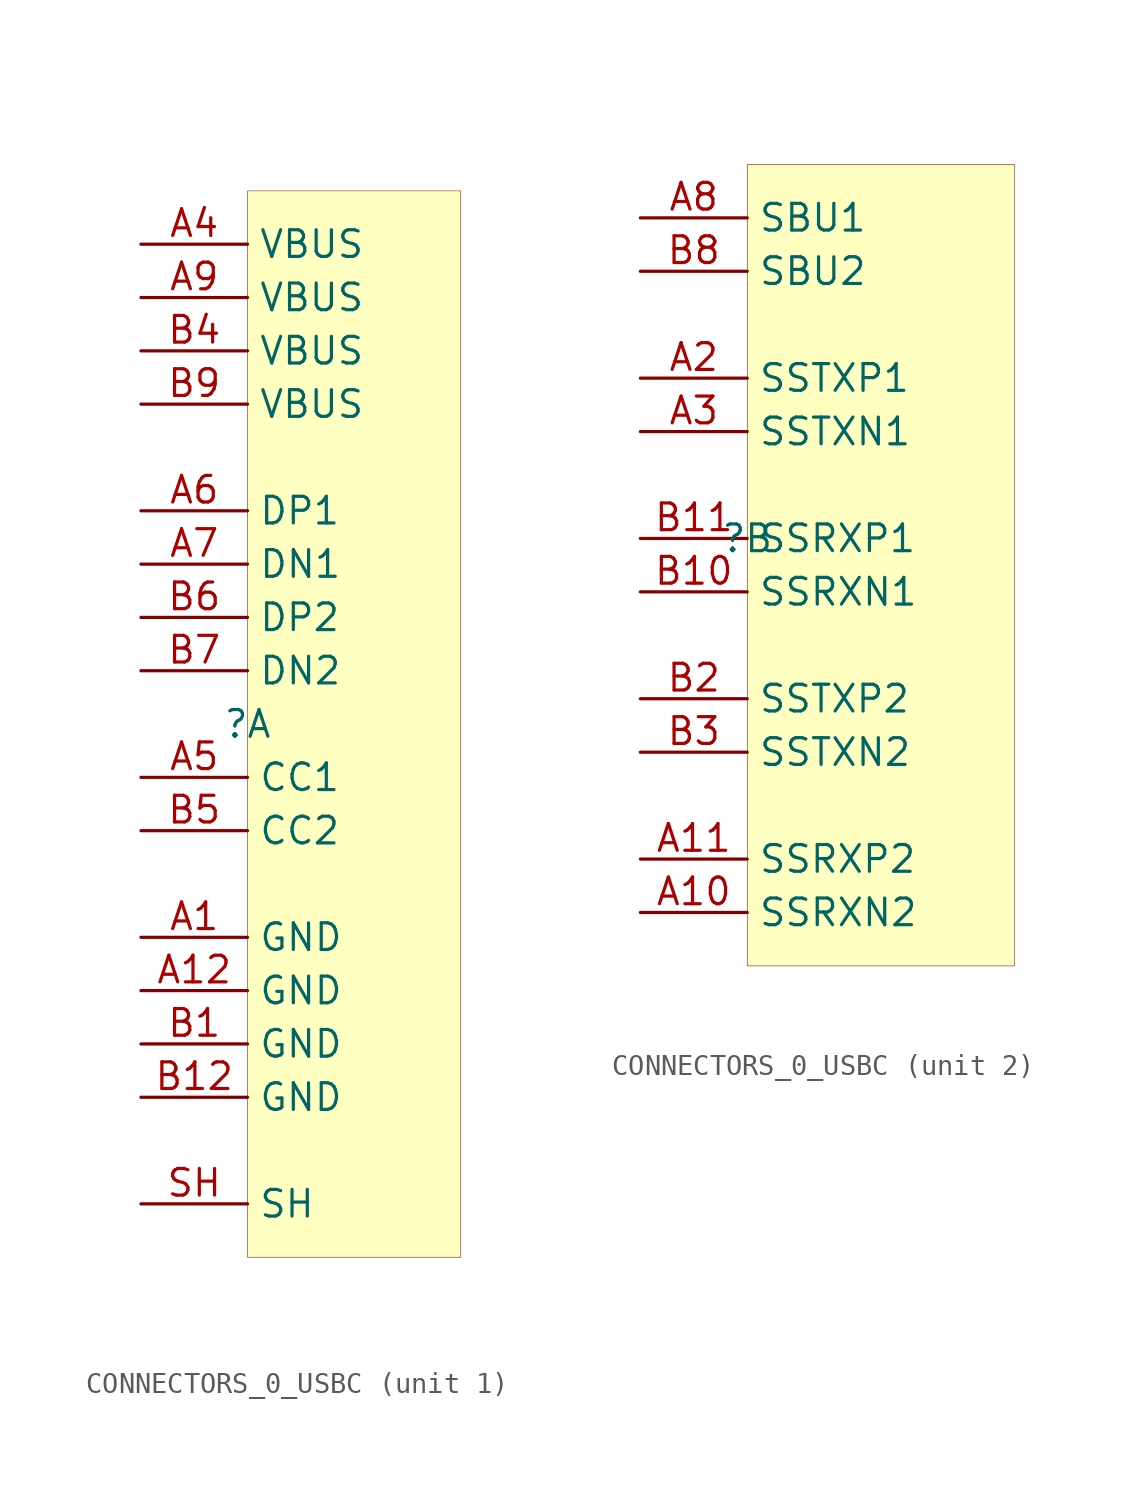
<source format=kicad_sym>
(kicad_symbol_lib
  (version 20231120)
  (generator "kicad_symbol_editor")
  (generator_version "7.99")
  (symbol "CONNECTORS_0_USBC"
    (property "Reference" ""
      (at 0 0 0)
      (effects (font (size 1.27 1.27))))
    (property "Value" ""
      (at 0 0 0)
      (effects (font (size 1.27 1.27))))
    (symbol "CONNECTORS_0_USBC_1_0"
      (rectangle (start 10.16 25.4) (end 0 -25.4) (stroke (width 0.025) (type solid) (color 128 0 0 1)) (fill (type background)))
      (pin passive line (at -5.08 -10.16 0) (length 5.08) (name "GND" (effects (font (size 1.27 1.27)))) (number "A1" (effects (font (size 1.27 1.27)))))
      (pin passive line (at -5.08 -12.7 0) (length 5.08) (name "GND" (effects (font (size 1.27 1.27)))) (number "A12" (effects (font (size 1.27 1.27)))))
      (pin passive line (at -5.08 22.86 0) (length 5.08) (name "VBUS" (effects (font (size 1.27 1.27)))) (number "A4" (effects (font (size 1.27 1.27)))))
      (pin passive line (at -5.08 -2.54 0) (length 5.08) (name "CC1" (effects (font (size 1.27 1.27)))) (number "A5" (effects (font (size 1.27 1.27)))))
      (pin passive line (at -5.08 10.16 0) (length 5.08) (name "DP1" (effects (font (size 1.27 1.27)))) (number "A6" (effects (font (size 1.27 1.27)))))
      (pin passive line (at -5.08 7.62 0) (length 5.08) (name "DN1" (effects (font (size 1.27 1.27)))) (number "A7" (effects (font (size 1.27 1.27)))))
      (pin passive line (at -5.08 20.32 0) (length 5.08) (name "VBUS" (effects (font (size 1.27 1.27)))) (number "A9" (effects (font (size 1.27 1.27)))))
      (pin passive line (at -5.08 -15.24 0) (length 5.08) (name "GND" (effects (font (size 1.27 1.27)))) (number "B1" (effects (font (size 1.27 1.27)))))
      (pin passive line (at -5.08 -17.78 0) (length 5.08) (name "GND" (effects (font (size 1.27 1.27)))) (number "B12" (effects (font (size 1.27 1.27)))))
      (pin passive line (at -5.08 17.78 0) (length 5.08) (name "VBUS" (effects (font (size 1.27 1.27)))) (number "B4" (effects (font (size 1.27 1.27)))))
      (pin passive line (at -5.08 -5.08 0) (length 5.08) (name "CC2" (effects (font (size 1.27 1.27)))) (number "B5" (effects (font (size 1.27 1.27)))))
      (pin passive line (at -5.08 5.08 0) (length 5.08) (name "DP2" (effects (font (size 1.27 1.27)))) (number "B6" (effects (font (size 1.27 1.27)))))
      (pin passive line (at -5.08 2.54 0) (length 5.08) (name "DN2" (effects (font (size 1.27 1.27)))) (number "B7" (effects (font (size 1.27 1.27)))))
      (pin passive line (at -5.08 15.24 0) (length 5.08) (name "VBUS" (effects (font (size 1.27 1.27)))) (number "B9" (effects (font (size 1.27 1.27)))))
      (pin passive line (at -5.08 -22.86 0) (length 5.08) (name "SH" (effects (font (size 1.27 1.27)))) (number "SH" (effects (font (size 1.27 1.27))))))
    (symbol "CONNECTORS_0_USBC_2_0"
      (rectangle (start 12.7 17.78) (end 0 -20.32) (stroke (width 0.025) (type solid) (color 128 0 0 1)) (fill (type background)))
      (pin passive line (at -5.08 -17.78 0) (length 5.08) (name "SSRXN2" (effects (font (size 1.27 1.27)))) (number "A10" (effects (font (size 1.27 1.27)))))
      (pin passive line (at -5.08 -15.24 0) (length 5.08) (name "SSRXP2" (effects (font (size 1.27 1.27)))) (number "A11" (effects (font (size 1.27 1.27)))))
      (pin passive line (at -5.08 7.62 0) (length 5.08) (name "SSTXP1" (effects (font (size 1.27 1.27)))) (number "A2" (effects (font (size 1.27 1.27)))))
      (pin passive line (at -5.08 5.08 0) (length 5.08) (name "SSTXN1" (effects (font (size 1.27 1.27)))) (number "A3" (effects (font (size 1.27 1.27)))))
      (pin passive line (at -5.08 15.24 0) (length 5.08) (name "SBU1" (effects (font (size 1.27 1.27)))) (number "A8" (effects (font (size 1.27 1.27)))))
      (pin passive line (at -5.08 -2.54 0) (length 5.08) (name "SSRXN1" (effects (font (size 1.27 1.27)))) (number "B10" (effects (font (size 1.27 1.27)))))
      (pin passive line (at -5.08 0 0) (length 5.08) (name "SSRXP1" (effects (font (size 1.27 1.27)))) (number "B11" (effects (font (size 1.27 1.27)))))
      (pin passive line (at -5.08 -7.62 0) (length 5.08) (name "SSTXP2" (effects (font (size 1.27 1.27)))) (number "B2" (effects (font (size 1.27 1.27)))))
      (pin passive line (at -5.08 -10.16 0) (length 5.08) (name "SSTXN2" (effects (font (size 1.27 1.27)))) (number "B3" (effects (font (size 1.27 1.27)))))
      (pin passive line (at -5.08 12.7 0) (length 5.08) (name "SBU2" (effects (font (size 1.27 1.27)))) (number "B8" (effects (font (size 1.27 1.27))))))))
</source>
